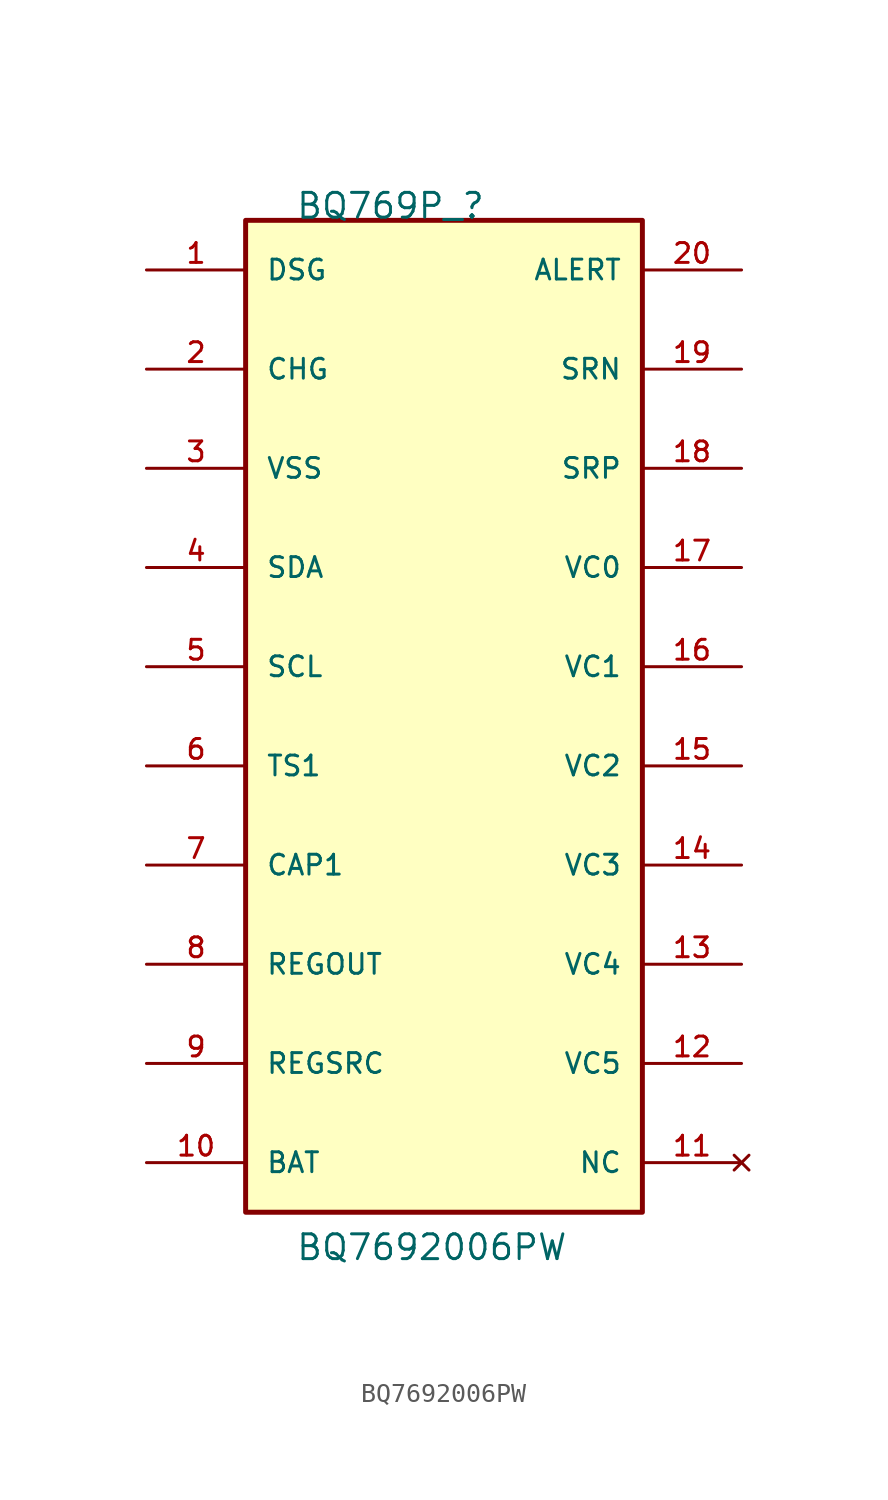
<source format=kicad_sym>
(kicad_symbol_lib
  (version 20211014)
  (generator kicad_symbol_editor)
  (symbol "BQ7692006PW"
    (pin_names
      (offset 1.016))
    (property "Reference" "BQ769P_"
      (at -7.62 22.86 0)
      (effects (font (size 1.27 1.27)) (justify bottom left)))
    (property "Value" "BQ7692006PW"
      (at -7.62 -30.48 0)
      (effects (font (size 1.27 1.27)) (justify bottom left)))
    (symbol "BQ7692006PW_0_0"
      (rectangle (start -10.16 -27.94) (end 10.16 22.86) (stroke (width 0.254)) (fill (type background)))
      (pin bidirectional line (at -15.24 20.32 0) (length 5.08) (name "DSG" (effects (font (size 1.016 1.016)))) (number "1" (effects (font (size 1.016 1.016)))))
      (pin bidirectional line (at -15.24 15.24 0) (length 5.08) (name "CHG" (effects (font (size 1.016 1.016)))) (number "2" (effects (font (size 1.016 1.016)))))
      (pin bidirectional line (at -15.24 10.16 0) (length 5.08) (name "VSS" (effects (font (size 1.016 1.016)))) (number "3" (effects (font (size 1.016 1.016)))))
      (pin bidirectional line (at -15.24 5.08 0) (length 5.08) (name "SDA" (effects (font (size 1.016 1.016)))) (number "4" (effects (font (size 1.016 1.016)))))
      (pin bidirectional line (at -15.24 0.0 0) (length 5.08) (name "SCL" (effects (font (size 1.016 1.016)))) (number "5" (effects (font (size 1.016 1.016)))))
      (pin bidirectional line (at -15.24 -5.08 0) (length 5.08) (name "TS1" (effects (font (size 1.016 1.016)))) (number "6" (effects (font (size 1.016 1.016)))))
      (pin bidirectional line (at -15.24 -10.16 0) (length 5.08) (name "CAP1" (effects (font (size 1.016 1.016)))) (number "7" (effects (font (size 1.016 1.016)))))
      (pin bidirectional line (at -15.24 -15.24 0) (length 5.08) (name "REGOUT" (effects (font (size 1.016 1.016)))) (number "8" (effects (font (size 1.016 1.016)))))
      (pin bidirectional line (at -15.24 -20.32 0) (length 5.08) (name "REGSRC" (effects (font (size 1.016 1.016)))) (number "9" (effects (font (size 1.016 1.016)))))
      (pin bidirectional line (at -15.24 -25.4 0) (length 5.08) (name "BAT" (effects (font (size 1.016 1.016)))) (number "10" (effects (font (size 1.016 1.016)))))
      (pin no_connect line (at 15.24 -25.4 180.0) (length 5.08) (name "NC" (effects (font (size 1.016 1.016)))) (number "11" (effects (font (size 1.016 1.016)))))
      (pin bidirectional line (at 15.24 -20.32 180.0) (length 5.08) (name "VC5" (effects (font (size 1.016 1.016)))) (number "12" (effects (font (size 1.016 1.016)))))
      (pin bidirectional line (at 15.24 -15.24 180.0) (length 5.08) (name "VC4" (effects (font (size 1.016 1.016)))) (number "13" (effects (font (size 1.016 1.016)))))
      (pin bidirectional line (at 15.24 -10.16 180.0) (length 5.08) (name "VC3" (effects (font (size 1.016 1.016)))) (number "14" (effects (font (size 1.016 1.016)))))
      (pin bidirectional line (at 15.24 -5.08 180.0) (length 5.08) (name "VC2" (effects (font (size 1.016 1.016)))) (number "15" (effects (font (size 1.016 1.016)))))
      (pin bidirectional line (at 15.24 0.0 180.0) (length 5.08) (name "VC1" (effects (font (size 1.016 1.016)))) (number "16" (effects (font (size 1.016 1.016)))))
      (pin bidirectional line (at 15.24 5.08 180.0) (length 5.08) (name "VC0" (effects (font (size 1.016 1.016)))) (number "17" (effects (font (size 1.016 1.016)))))
      (pin bidirectional line (at 15.24 10.16 180.0) (length 5.08) (name "SRP" (effects (font (size 1.016 1.016)))) (number "18" (effects (font (size 1.016 1.016)))))
      (pin bidirectional line (at 15.24 15.24 180.0) (length 5.08) (name "SRN" (effects (font (size 1.016 1.016)))) (number "19" (effects (font (size 1.016 1.016)))))
      (pin bidirectional line (at 15.24 20.32 180.0) (length 5.08) (name "ALERT" (effects (font (size 1.016 1.016)))) (number "20" (effects (font (size 1.016 1.016))))))))
</source>
